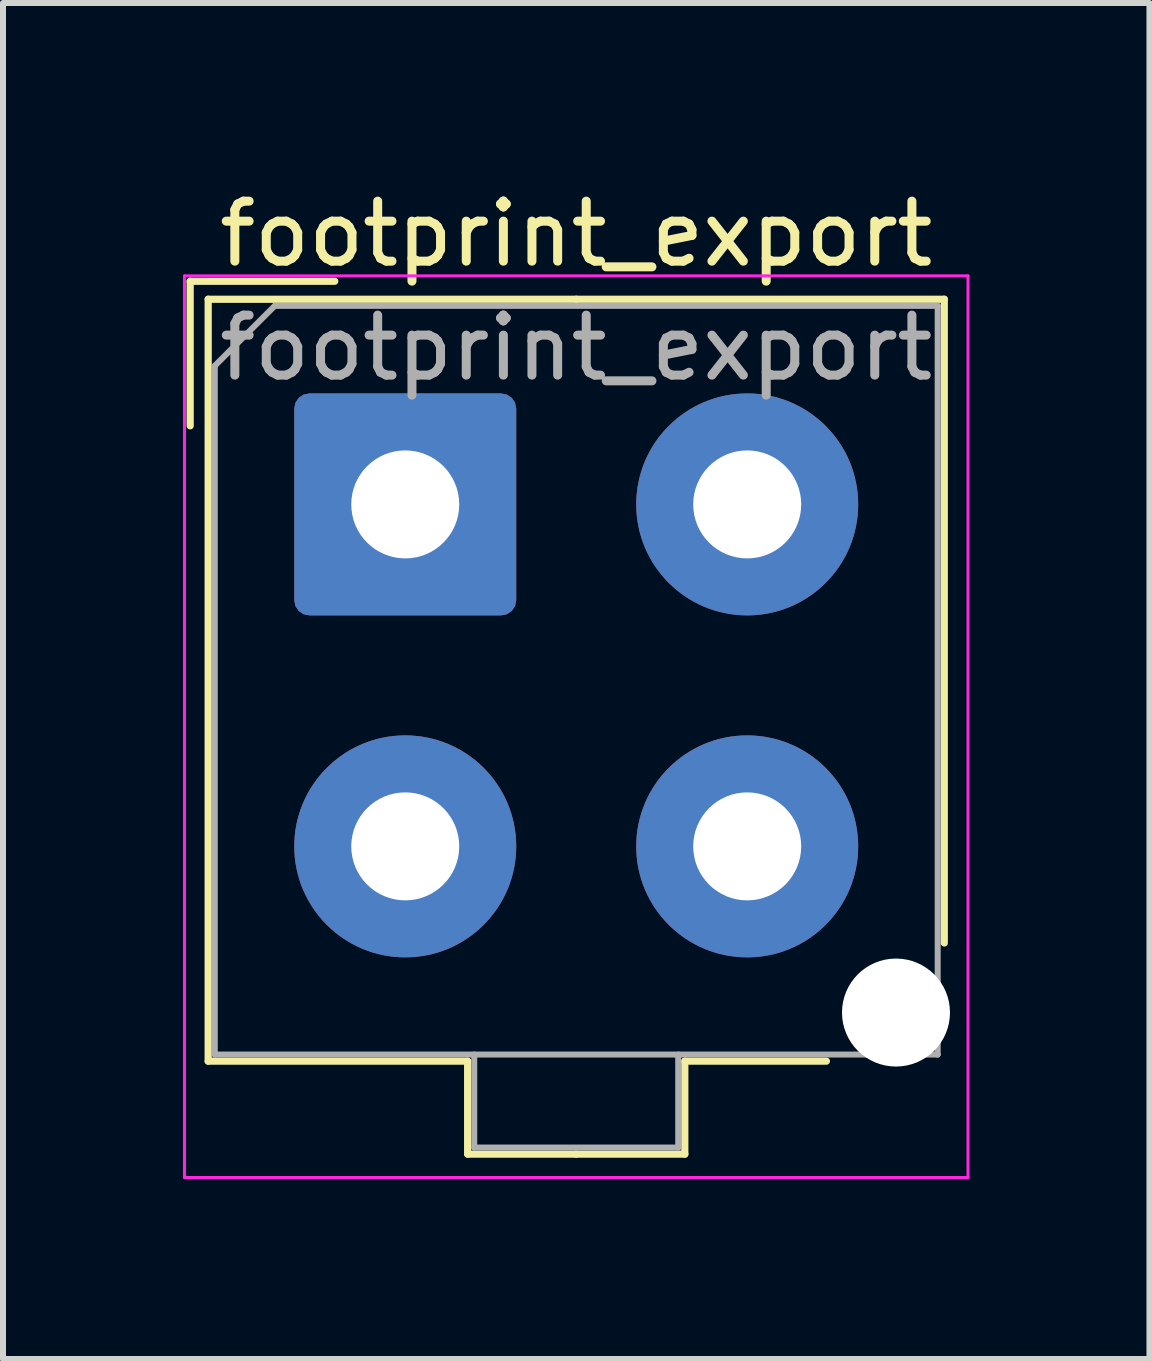
<source format=kicad_pcb>
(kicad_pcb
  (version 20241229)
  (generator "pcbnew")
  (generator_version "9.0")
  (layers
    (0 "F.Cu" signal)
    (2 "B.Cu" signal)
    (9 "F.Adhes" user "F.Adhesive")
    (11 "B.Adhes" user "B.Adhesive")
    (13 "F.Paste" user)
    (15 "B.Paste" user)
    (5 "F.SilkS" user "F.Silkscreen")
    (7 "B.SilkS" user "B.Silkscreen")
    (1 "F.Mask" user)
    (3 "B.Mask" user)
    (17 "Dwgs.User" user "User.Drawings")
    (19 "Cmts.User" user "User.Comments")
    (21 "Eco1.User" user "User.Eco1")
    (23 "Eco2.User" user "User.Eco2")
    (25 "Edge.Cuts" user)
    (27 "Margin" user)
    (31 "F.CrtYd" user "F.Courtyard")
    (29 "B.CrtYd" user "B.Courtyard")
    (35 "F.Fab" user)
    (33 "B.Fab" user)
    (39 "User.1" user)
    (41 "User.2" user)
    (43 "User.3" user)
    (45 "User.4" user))
  (footprint "footprint_export"
    (layer "F.Cu")
    (at 3.705 5.358)
    (property "Reference" "footprint_export" (at 2.85 -4.51 0) (layer "F.SilkS") (effects (font (size 1 1) (thickness 0.15))))
    (attr through_hole)
    (fp_line (start -3.585 -3.72) (end -1.175 -3.72) (stroke (width 0.12) (type solid)) (layer "F.SilkS"))
    (fp_line (start -3.585 -1.31) (end -3.585 -3.72) (stroke (width 0.12) (type solid)) (layer "F.SilkS"))
    (fp_line (start -3.285 -3.42) (end -3.285 9.28) (stroke (width 0.12) (type solid)) (layer "F.SilkS"))
    (fp_line (start -3.285 9.28) (end 1.04 9.28) (stroke (width 0.12) (type solid)) (layer "F.SilkS"))
    (fp_line (start 1.04 9.28) (end 1.04 10.83) (stroke (width 0.12) (type solid)) (layer "F.SilkS"))
    (fp_line (start 1.04 10.83) (end 2.85 10.83) (stroke (width 0.12) (type solid)) (layer "F.SilkS"))
    (fp_line (start 2.85 -3.42) (end -3.285 -3.42) (stroke (width 0.12) (type solid)) (layer "F.SilkS"))
    (fp_line (start 2.85 -3.42) (end 8.985 -3.42) (stroke (width 0.12) (type solid)) (layer "F.SilkS"))
    (fp_line (start 4.66 9.28) (end 4.66 10.83) (stroke (width 0.12) (type solid)) (layer "F.SilkS"))
    (fp_line (start 4.66 10.83) (end 2.85 10.83) (stroke (width 0.12) (type solid)) (layer "F.SilkS"))
    (fp_line (start 7.02 9.28) (end 4.66 9.28) (stroke (width 0.12) (type solid)) (layer "F.SilkS"))
    (fp_line (start 8.985 -3.42) (end 8.985 7.31) (stroke (width 0.12) (type solid)) (layer "F.SilkS"))
    (fp_line (start -3.68 -3.81) (end -3.68 11.22) (stroke (width 0.05) (type solid)) (layer "F.CrtYd"))
    (fp_line (start -3.68 11.22) (end 9.38 11.22) (stroke (width 0.05) (type solid)) (layer "F.CrtYd"))
    (fp_line (start 9.38 -3.81) (end -3.68 -3.81) (stroke (width 0.05) (type solid)) (layer "F.CrtYd"))
    (fp_line (start 9.38 11.22) (end 9.38 -3.81) (stroke (width 0.05) (type solid)) (layer "F.CrtYd"))
    (fp_line (start -3.175 -2.31) (end -3.175 9.17) (stroke (width 0.1) (type solid)) (layer "F.Fab"))
    (fp_line (start -3.175 9.17) (end 8.875 9.17) (stroke (width 0.1) (type solid)) (layer "F.Fab"))
    (fp_line (start -2.175 -3.31) (end -3.175 -2.31) (stroke (width 0.1) (type solid)) (layer "F.Fab"))
    (fp_line (start 1.15 9.17) (end 1.15 10.72) (stroke (width 0.1) (type solid)) (layer "F.Fab"))
    (fp_line (start 1.15 10.72) (end 4.55 10.72) (stroke (width 0.1) (type solid)) (layer "F.Fab"))
    (fp_line (start 4.55 10.72) (end 4.55 9.17) (stroke (width 0.1) (type solid)) (layer "F.Fab"))
    (fp_line (start 8.875 -3.31) (end -2.175 -3.31) (stroke (width 0.1) (type solid)) (layer "F.Fab"))
    (fp_line (start 8.875 9.17) (end 8.875 -3.31) (stroke (width 0.1) (type solid)) (layer "F.Fab"))
    (fp_text user "${REFERENCE}" (at 2.85 -2.61 0) (layer "F.Fab") (effects (font (size 1 1) (thickness 0.15))))
    (pad "" np_thru_hole circle (at 8.18 8.47) (size 1.8 1.8) (drill 1.8) (layers "*.Cu" "*.Mask"))
    (pad "1" thru_hole roundrect (at 0 0) (size 3.7 3.7) (drill 1.8) (layers "*.Cu" "*.Mask") (roundrect_rratio 0.068))
    (pad "2" thru_hole circle (at 5.7 0) (size 3.7 3.7) (drill 1.8) (layers "*.Cu" "*.Mask"))
    (pad "3" thru_hole circle (at 0 5.7) (size 3.7 3.7) (drill 1.8) (layers "*.Cu" "*.Mask"))
    (pad "4" thru_hole circle (at 5.7 5.7) (size 3.7 3.7) (drill 1.8) (layers "*.Cu" "*.Mask")))
  (gr_rect
    (start -3 -3)
    (end 16.11 19.603)
    (stroke (width 0.1) (type default))
    (fill no)
    (layer "Edge.Cuts")))
</source>
